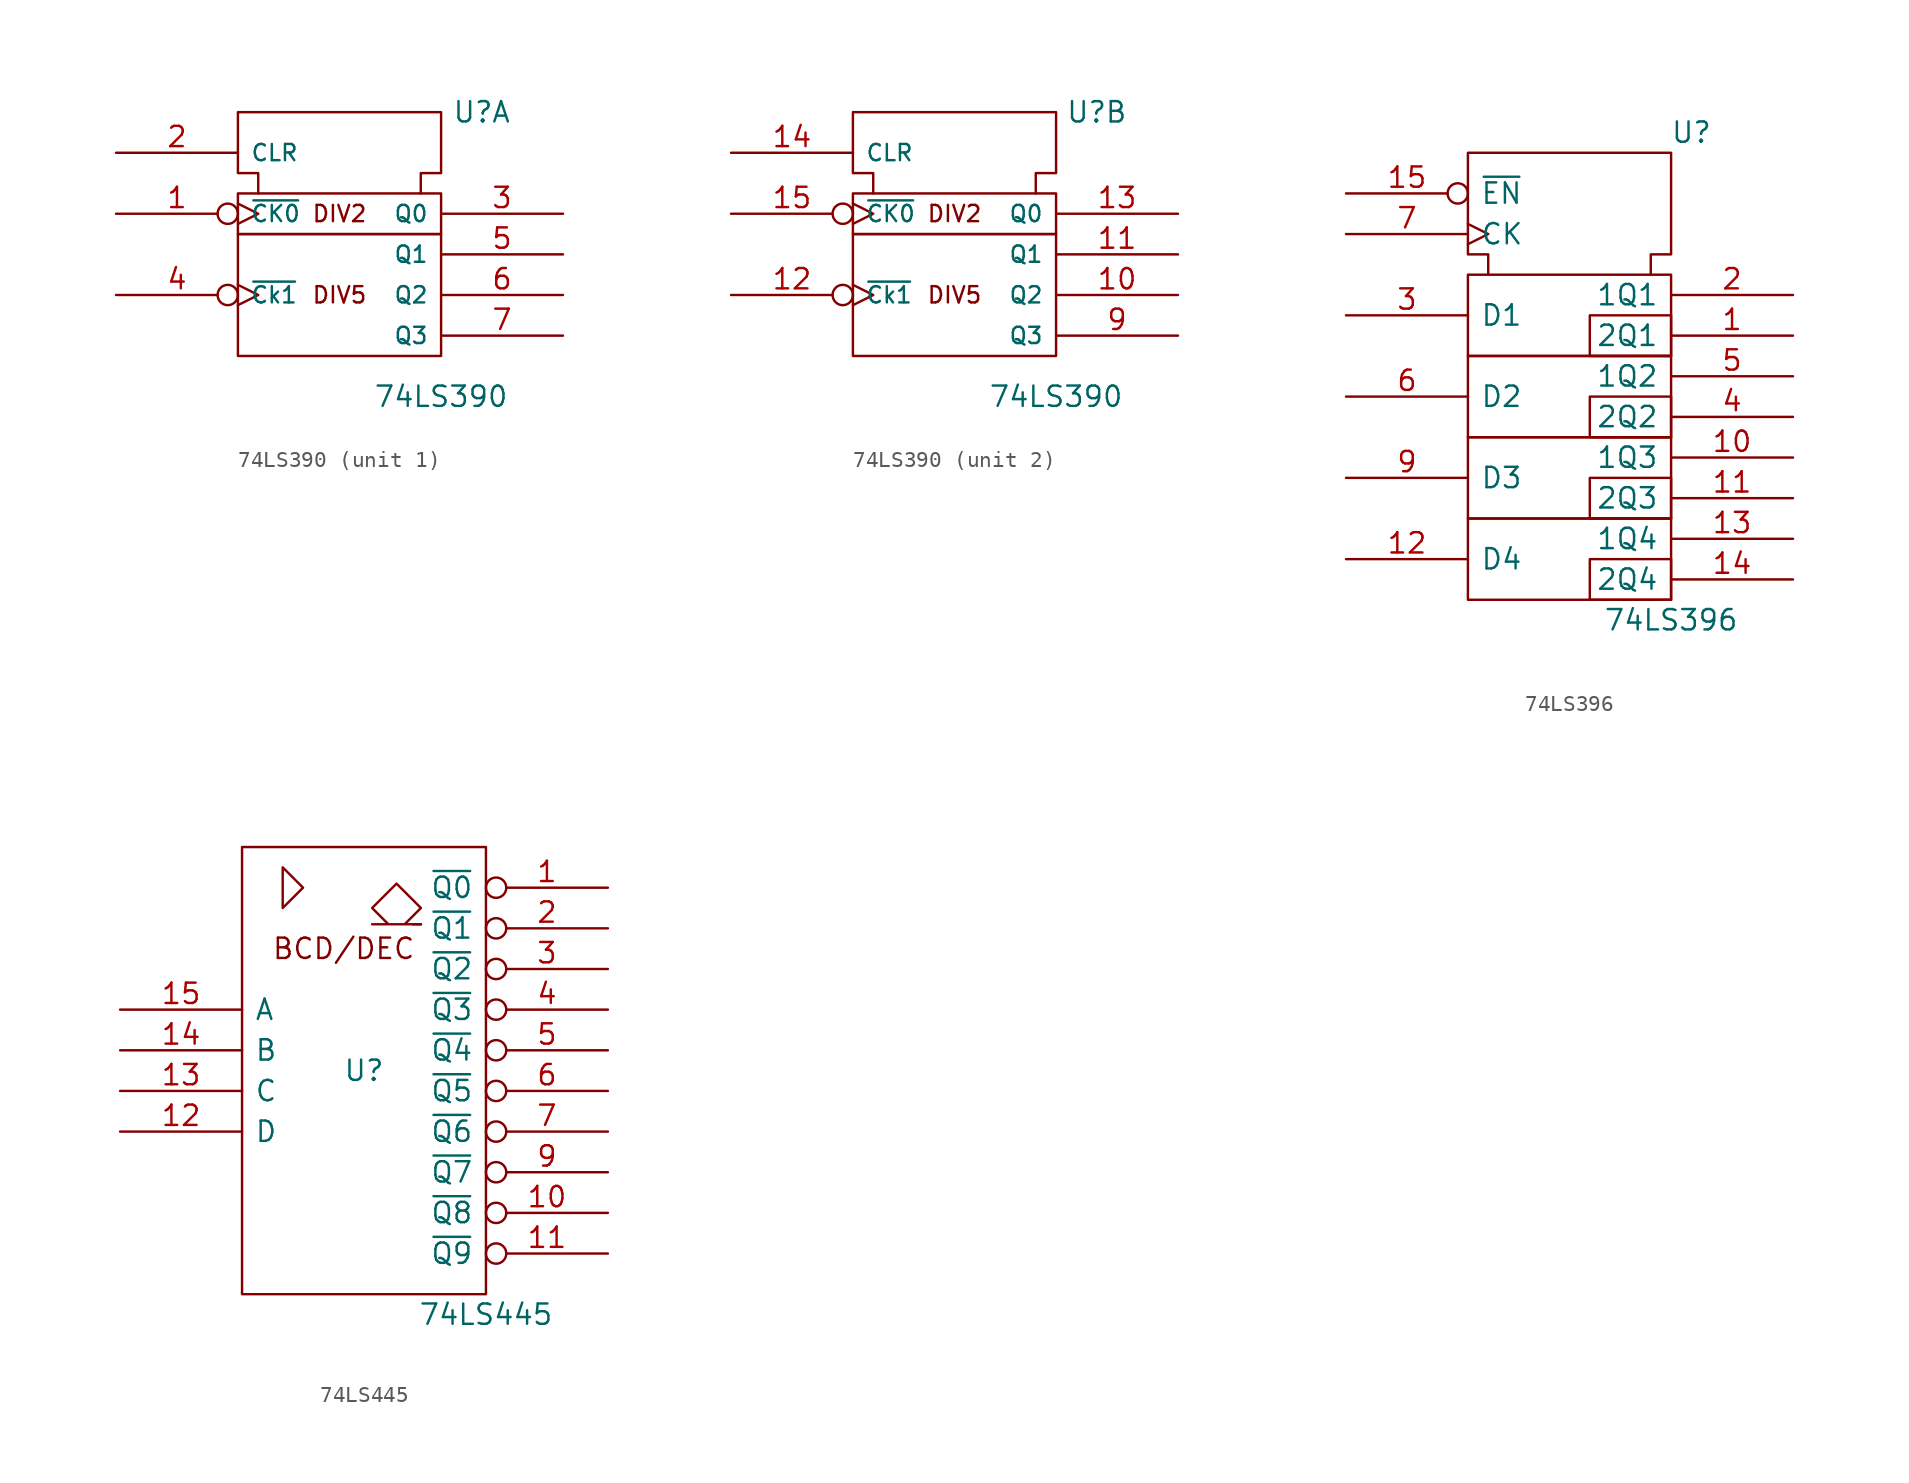
<source format=kicad_sym>
(kicad_symbol_lib
  (version 20201005)
  (generator kicad_symbol_editor)
  (symbol "74xx_IEEE:74LS390"
    (pin_names
      (offset 0.762))
    (property "Reference" "U"
      (at 8.89 10.16 0)
      (effects (font (size 1.27 1.27))))
    (property "Value" "74LS390"
      (at 6.35 -7.62 0)
      (effects (font (size 1.27 1.27))))
    (symbol "74LS390_0_0"
      (text "DIV2" (at 0 3.81 0) (effects (font (size 1.016 1.016))))
      (text "DIV5" (at 0 -1.27 0) (effects (font (size 1.016 1.016))))
      (rectangle (start -6.35 2.54) (end 6.35 -5.08) (stroke (width 0)) (fill (type none)))
      (rectangle (start -6.35 5.08) (end 6.35 2.54) (stroke (width 0)) (fill (type none)))
      (polyline (pts (xy -5.08 5.08) (xy -5.08 6.35) (xy -6.35 6.35) (xy -6.35 10.16) (xy 6.35 10.16) (xy 6.35 6.35) (xy 5.08 6.35) (xy 5.08 5.08) (xy 5.08 5.08)) (stroke (width 0)) (fill (type none)))
      (pin power_in line (at 3.81 10.16 270) (length 0) hide (name "VCC" (effects (font (size 1.016 1.016)))) (number "16" (effects (font (size 1.27 1.27)))))
      (pin power_in line (at 1.27 10.16 270) (length 0) hide (name "GND" (effects (font (size 1.016 1.016)))) (number "8" (effects (font (size 1.27 1.27))))))
    (symbol "74LS390_1_1"
      (pin input inverted_clock (at -13.97 3.81 0) (length 7.62) (name "~CK0" (effects (font (size 1.016 1.016)))) (number "1" (effects (font (size 1.27 1.27)))))
      (pin input line (at -13.97 7.62 0) (length 7.62) (name "CLR" (effects (font (size 1.016 1.016)))) (number "2" (effects (font (size 1.27 1.27)))))
      (pin output line (at 13.97 3.81 180) (length 7.62) (name "Q0" (effects (font (size 1.016 1.016)))) (number "3" (effects (font (size 1.27 1.27)))))
      (pin input inverted_clock (at -13.97 -1.27 0) (length 7.62) (name "~Ck1" (effects (font (size 1.016 1.016)))) (number "4" (effects (font (size 1.27 1.27)))))
      (pin output line (at 13.97 1.27 180) (length 7.62) (name "Q1" (effects (font (size 1.016 1.016)))) (number "5" (effects (font (size 1.27 1.27)))))
      (pin output line (at 13.97 -1.27 180) (length 7.62) (name "Q2" (effects (font (size 1.016 1.016)))) (number "6" (effects (font (size 1.27 1.27)))))
      (pin output line (at 13.97 -3.81 180) (length 7.62) (name "Q3" (effects (font (size 1.016 1.016)))) (number "7" (effects (font (size 1.27 1.27))))))
    (symbol "74LS390_2_1"
      (pin output line (at 13.97 -1.27 180) (length 7.62) (name "Q2" (effects (font (size 1.016 1.016)))) (number "10" (effects (font (size 1.27 1.27)))))
      (pin output line (at 13.97 1.27 180) (length 7.62) (name "Q1" (effects (font (size 1.016 1.016)))) (number "11" (effects (font (size 1.27 1.27)))))
      (pin input inverted_clock (at -13.97 -1.27 0) (length 7.62) (name "~Ck1" (effects (font (size 1.016 1.016)))) (number "12" (effects (font (size 1.27 1.27)))))
      (pin output line (at 13.97 3.81 180) (length 7.62) (name "Q0" (effects (font (size 1.016 1.016)))) (number "13" (effects (font (size 1.27 1.27)))))
      (pin input line (at -13.97 7.62 0) (length 7.62) (name "CLR" (effects (font (size 1.016 1.016)))) (number "14" (effects (font (size 1.27 1.27)))))
      (pin input inverted_clock (at -13.97 3.81 0) (length 7.62) (name "~CK0" (effects (font (size 1.016 1.016)))) (number "15" (effects (font (size 1.27 1.27)))))
      (pin output line (at 13.97 -3.81 180) (length 7.62) (name "Q3" (effects (font (size 1.016 1.016)))) (number "9" (effects (font (size 1.27 1.27)))))))
  (symbol "74xx_IEEE:74LS396"
    (pin_names
      (offset 0.762))
    (property "Reference" "U"
      (at 7.62 10.16 0)
      (effects (font (size 1.27 1.27))))
    (property "Value" "74LS396"
      (at 6.35 -20.32 0)
      (effects (font (size 1.27 1.27))))
    (symbol "74LS396_0_0"
      (rectangle (start -6.35 -13.97) (end 6.35 -19.05) (stroke (width 0)) (fill (type none)))
      (rectangle (start -6.35 -8.89) (end 6.35 -13.97) (stroke (width 0)) (fill (type none)))
      (rectangle (start -6.35 -3.81) (end 6.35 -8.89) (stroke (width 0)) (fill (type none)))
      (rectangle (start -6.35 1.27) (end 6.35 -3.81) (stroke (width 0)) (fill (type none)))
      (rectangle (start 6.35 -16.51) (end 1.27 -19.05) (stroke (width 0)) (fill (type none)))
      (rectangle (start 6.35 -11.43) (end 1.27 -13.97) (stroke (width 0)) (fill (type none)))
      (rectangle (start 6.35 -6.35) (end 1.27 -8.89) (stroke (width 0)) (fill (type none)))
      (rectangle (start 6.35 -1.27) (end 1.27 -3.81) (stroke (width 0)) (fill (type none))))
    (symbol "74LS396_0_1"
      (polyline (pts (xy -5.08 1.27) (xy -5.08 2.54) (xy -6.35 2.54) (xy -6.35 8.89) (xy 6.35 8.89) (xy 6.35 2.54) (xy 5.08 2.54) (xy 5.08 1.27) (xy 5.08 1.27)) (stroke (width 0)) (fill (type none))))
    (symbol "74LS396_1_1"
      (pin output line (at 13.97 -2.54 180) (length 7.62) (name "2Q1" (effects (font (size 1.27 1.27)))) (number "1" (effects (font (size 1.27 1.27)))))
      (pin output line (at 13.97 -10.16 180) (length 7.62) (name "1Q3" (effects (font (size 1.27 1.27)))) (number "10" (effects (font (size 1.27 1.27)))))
      (pin output line (at 13.97 -12.7 180) (length 7.62) (name "2Q3" (effects (font (size 1.27 1.27)))) (number "11" (effects (font (size 1.27 1.27)))))
      (pin input line (at -13.97 -16.51 0) (length 7.62) (name "D4" (effects (font (size 1.27 1.27)))) (number "12" (effects (font (size 1.27 1.27)))))
      (pin output line (at 13.97 -15.24 180) (length 7.62) (name "1Q4" (effects (font (size 1.27 1.27)))) (number "13" (effects (font (size 1.27 1.27)))))
      (pin output line (at 13.97 -17.78 180) (length 7.62) (name "2Q4" (effects (font (size 1.27 1.27)))) (number "14" (effects (font (size 1.27 1.27)))))
      (pin input inverted (at -13.97 6.35 0) (length 7.62) (name "~EN" (effects (font (size 1.27 1.27)))) (number "15" (effects (font (size 1.27 1.27)))))
      (pin power_in line (at 3.81 8.89 270) (length 0) hide (name "Vdd" (effects (font (size 1.27 1.27)))) (number "16" (effects (font (size 1.27 1.27)))))
      (pin output line (at 13.97 0 180) (length 7.62) (name "1Q1" (effects (font (size 1.27 1.27)))) (number "2" (effects (font (size 1.27 1.27)))))
      (pin input line (at -13.97 -1.27 0) (length 7.62) (name "D1" (effects (font (size 1.27 1.27)))) (number "3" (effects (font (size 1.27 1.27)))))
      (pin output line (at 13.97 -7.62 180) (length 7.62) (name "2Q2" (effects (font (size 1.27 1.27)))) (number "4" (effects (font (size 1.27 1.27)))))
      (pin output line (at 13.97 -5.08 180) (length 7.62) (name "1Q2" (effects (font (size 1.27 1.27)))) (number "5" (effects (font (size 1.27 1.27)))))
      (pin input line (at -13.97 -6.35 0) (length 7.62) (name "D2" (effects (font (size 1.27 1.27)))) (number "6" (effects (font (size 1.27 1.27)))))
      (pin input clock (at -13.97 3.81 0) (length 7.62) (name "CK" (effects (font (size 1.27 1.27)))) (number "7" (effects (font (size 1.27 1.27)))))
      (pin power_in line (at 0 8.89 270) (length 0) hide (name "Vss" (effects (font (size 1.27 1.27)))) (number "8" (effects (font (size 1.27 1.27)))))
      (pin input line (at -13.97 -11.43 0) (length 7.62) (name "D3" (effects (font (size 1.27 1.27)))) (number "9" (effects (font (size 1.27 1.27)))))))
  (symbol "74xx_IEEE:74LS445"
    (pin_names
      (offset 0.762))
    (property "Reference" "U"
      (at 0 0 0)
      (effects (font (size 1.27 1.27))))
    (property "Value" "74LS445"
      (at 7.62 -15.24 0)
      (effects (font (size 1.27 1.27))))
    (symbol "74LS445_0_0"
      (text "BCD/DEC" (at -1.27 7.62 0) (effects (font (size 1.27 1.27))))
      (polyline (pts (xy 3.556 9.144) (xy 3.048 9.144) (xy 3.048 9.144)) (stroke (width 0)) (fill (type none)))
      (polyline (pts (xy -5.08 12.7) (xy -5.08 10.16) (xy -3.81 11.43) (xy -5.08 12.7) (xy -5.08 12.7)) (stroke (width 0)) (fill (type none)))
      (polyline (pts (xy 2.54 9.144) (xy 3.556 10.16) (xy 2.032 11.684) (xy 0.508 10.16) (xy 1.524 9.144) (xy 0.508 9.144) (xy 3.556 9.144)) (stroke (width 0)) (fill (type none)))
      (pin power_in line (at 0 13.97 270) (length 0) hide (name "VCC" (effects (font (size 1.27 1.27)))) (number "16" (effects (font (size 1.27 1.27)))))
      (pin power_in line (at 0 -13.97 90) (length 0) hide (name "GND" (effects (font (size 1.27 1.27)))) (number "8" (effects (font (size 1.27 1.27))))))
    (symbol "74LS445_0_1"
      (rectangle (start -7.62 13.97) (end 7.62 -13.97) (stroke (width 0)) (fill (type none))))
    (symbol "74LS445_1_1"
      (pin open_collector inverted (at 15.24 11.43 180) (length 7.62) (name "~Q0" (effects (font (size 1.27 1.27)))) (number "1" (effects (font (size 1.27 1.27)))))
      (pin open_collector inverted (at 15.24 -8.89 180) (length 7.62) (name "~Q8" (effects (font (size 1.27 1.27)))) (number "10" (effects (font (size 1.27 1.27)))))
      (pin open_collector inverted (at 15.24 -11.43 180) (length 7.62) (name "~Q9" (effects (font (size 1.27 1.27)))) (number "11" (effects (font (size 1.27 1.27)))))
      (pin input line (at -15.24 -3.81 0) (length 7.62) (name "D" (effects (font (size 1.27 1.27)))) (number "12" (effects (font (size 1.27 1.27)))))
      (pin input line (at -15.24 -1.27 0) (length 7.62) (name "C" (effects (font (size 1.27 1.27)))) (number "13" (effects (font (size 1.27 1.27)))))
      (pin input line (at -15.24 1.27 0) (length 7.62) (name "B" (effects (font (size 1.27 1.27)))) (number "14" (effects (font (size 1.27 1.27)))))
      (pin input line (at -15.24 3.81 0) (length 7.62) (name "A" (effects (font (size 1.27 1.27)))) (number "15" (effects (font (size 1.27 1.27)))))
      (pin open_collector inverted (at 15.24 8.89 180) (length 7.62) (name "~Q1" (effects (font (size 1.27 1.27)))) (number "2" (effects (font (size 1.27 1.27)))))
      (pin open_collector inverted (at 15.24 6.35 180) (length 7.62) (name "~Q2" (effects (font (size 1.27 1.27)))) (number "3" (effects (font (size 1.27 1.27)))))
      (pin open_collector inverted (at 15.24 3.81 180) (length 7.62) (name "~Q3" (effects (font (size 1.27 1.27)))) (number "4" (effects (font (size 1.27 1.27)))))
      (pin open_collector inverted (at 15.24 1.27 180) (length 7.62) (name "~Q4" (effects (font (size 1.27 1.27)))) (number "5" (effects (font (size 1.27 1.27)))))
      (pin open_collector inverted (at 15.24 -1.27 180) (length 7.62) (name "~Q5" (effects (font (size 1.27 1.27)))) (number "6" (effects (font (size 1.27 1.27)))))
      (pin open_collector inverted (at 15.24 -3.81 180) (length 7.62) (name "~Q6" (effects (font (size 1.27 1.27)))) (number "7" (effects (font (size 1.27 1.27)))))
      (pin open_collector inverted (at 15.24 -6.35 180) (length 7.62) (name "~Q7" (effects (font (size 1.27 1.27)))) (number "9" (effects (font (size 1.27 1.27))))))))
</source>
